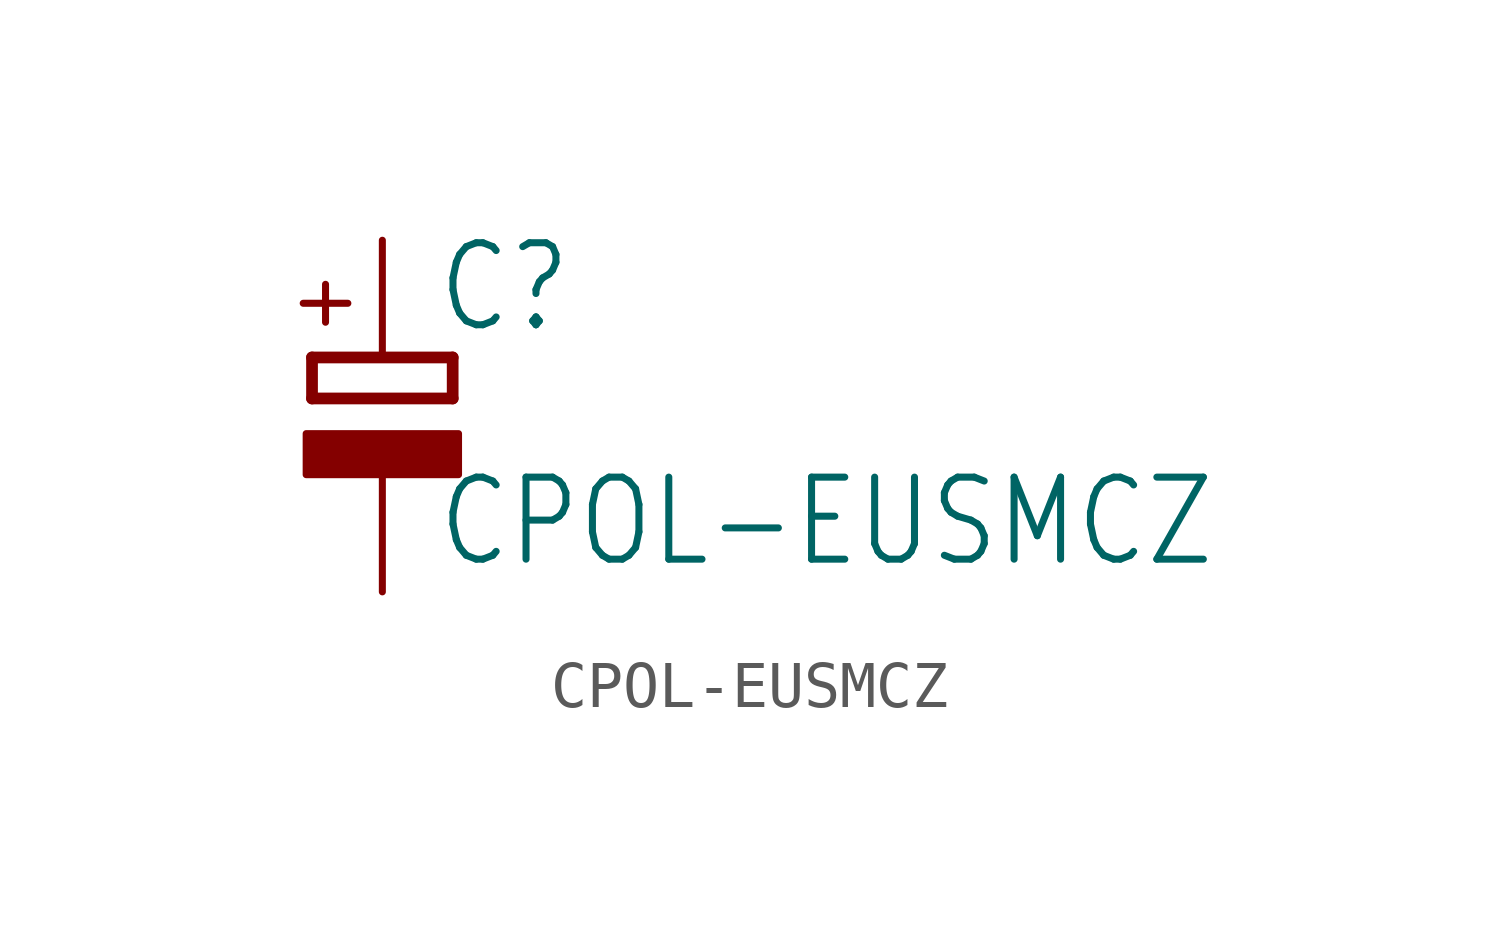
<source format=kicad_sym>
(kicad_symbol_lib
  (version 20211014)
  (generator kicad_symbol_editor)
  (symbol "CPOL-EUSMCZ"
    (property "Reference" "C"
      (at 1.143 0.483 0)
      (effects (font (size 1.778 1.511)) (justify left bottom)))
    (property "Value" "CPOL-EUSMCZ"
      (at 1.143 -4.597 0)
      (effects (font (size 1.778 1.511)) (justify left bottom)))
    (property "ki_locked" ""
      (at 0 0 0)
      (effects (font (size 1.27 1.27))))
    (symbol "CPOL-EUSMCZ_1_0"
      (rectangle (start -1.651 -2.54) (end 1.651 -1.651) (stroke (width 0) (type default) (color 0 0 0 0)) (fill (type outline)))
      (polyline (pts (xy -1.524 -0.889) (xy 1.524 -0.889)) (stroke (width 0.254) (type default) (color 0 0 0 0)) (fill (type none)))
      (polyline (pts (xy -1.524 0) (xy -1.524 -0.889)) (stroke (width 0.254) (type default) (color 0 0 0 0)) (fill (type none)))
      (polyline (pts (xy -1.524 0) (xy 1.524 0)) (stroke (width 0.254) (type default) (color 0 0 0 0)) (fill (type none)))
      (polyline (pts (xy 1.524 -0.889) (xy 1.524 0)) (stroke (width 0.254) (type default) (color 0 0 0 0)) (fill (type none)))
      (text "+" (at -0.584 0.406 900) (effects (font (size 1.27 1.079)) (justify left bottom)))
      (pin passive line (at 0 2.54 270) (length 2.54) (name "+" (effects (font (size 0 0)))) (number "+" (effects (font (size 0 0)))))
      (pin passive line (at 0 -5.08 90) (length 2.54) (name "-" (effects (font (size 0 0)))) (number "-" (effects (font (size 0 0))))))))
</source>
